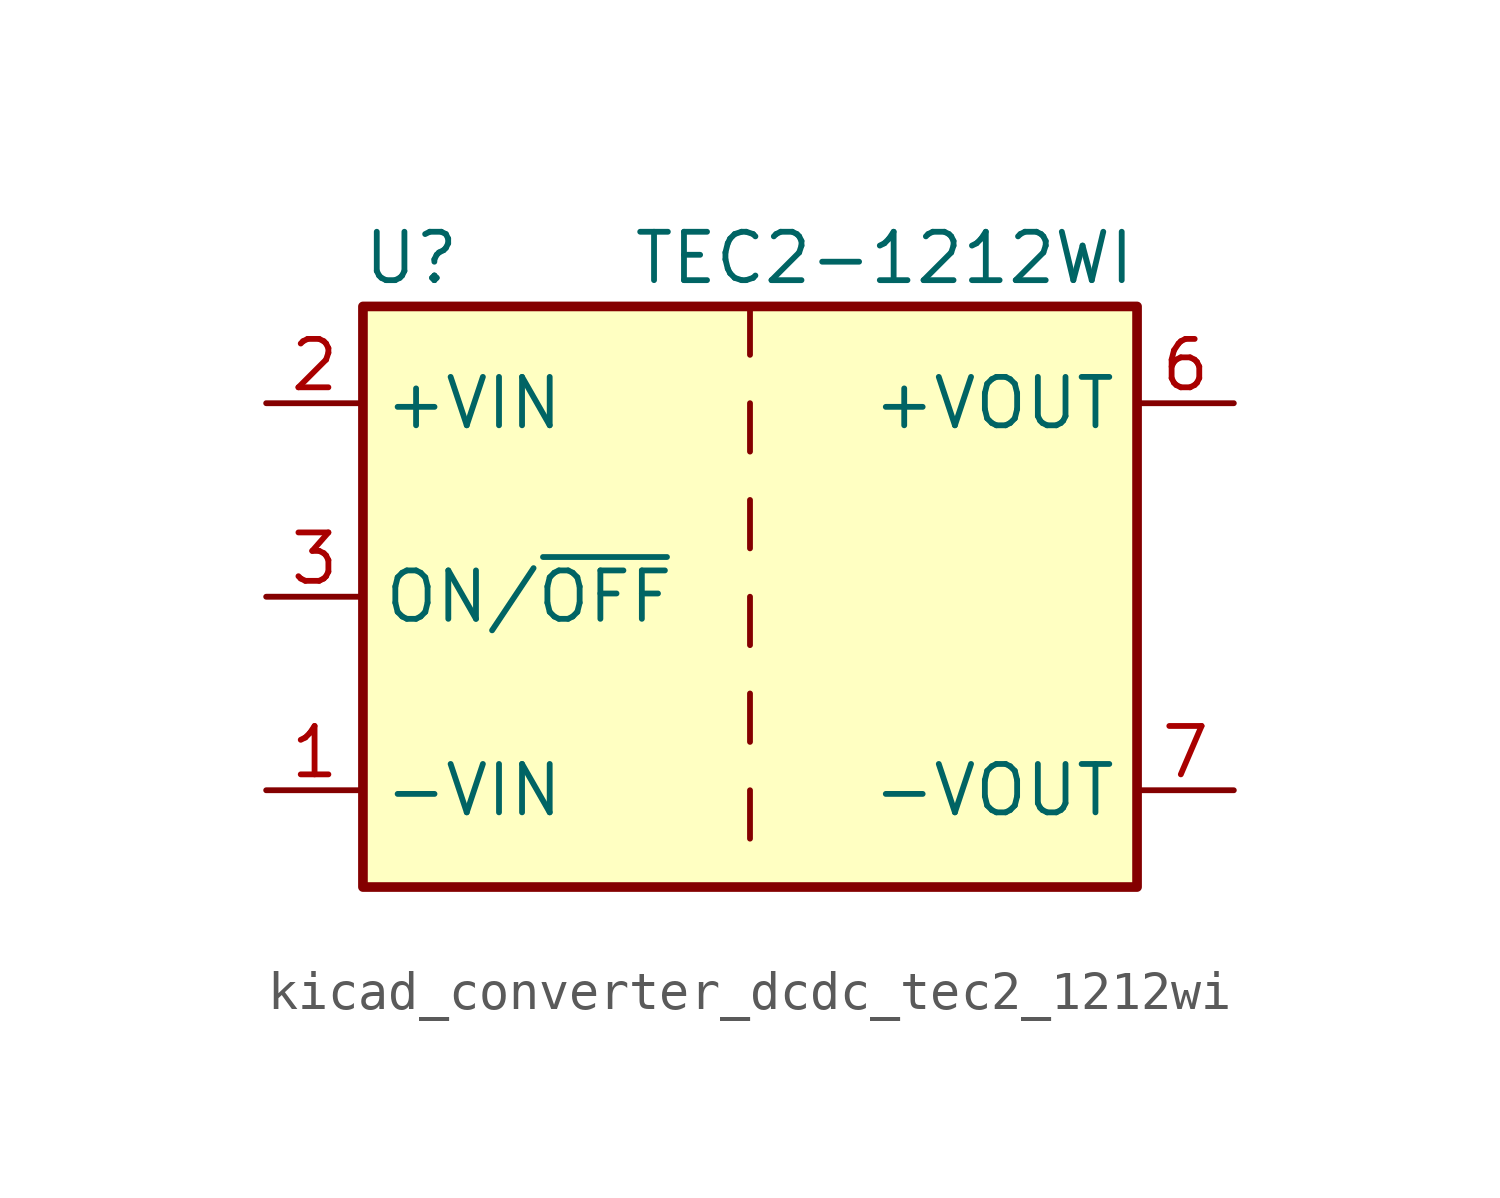
<source format=kicad_sym>
(kicad_symbol_lib
  (version 20220914)
  (generator kicad_symbol_editor)
  (symbol "kicad_converter_dcdc_tec2_1212wi"
    (property "Reference" "U"
      (at -8.89 8.89 0)
      (effects (font (size 1.27 1.27))))
    (property "Value" "TEC2-1212WI"
      (at 10.16 8.89 0)
      (effects (font (size 1.27 1.27)) (justify right)))
    (symbol "kicad_converter_dcdc_tec2_1212wi_0_1"
      (rectangle (start -10.16 7.62) (end 10.16 -7.62) (stroke (width 0.254) (type default)) (fill (type background)))
      (polyline (pts (xy 0 -5.08) (xy 0 -6.35)) (stroke (width 0) (type default)) (fill (type none)))
      (polyline (pts (xy 0 -2.54) (xy 0 -3.81)) (stroke (width 0) (type default)) (fill (type none)))
      (polyline (pts (xy 0 0) (xy 0 -1.27)) (stroke (width 0) (type default)) (fill (type none)))
      (polyline (pts (xy 0 2.54) (xy 0 1.27)) (stroke (width 0) (type default)) (fill (type none)))
      (polyline (pts (xy 0 5.08) (xy 0 3.81)) (stroke (width 0) (type default)) (fill (type none)))
      (polyline (pts (xy 0 7.62) (xy 0 6.35)) (stroke (width 0) (type default)) (fill (type none))))
    (symbol "kicad_converter_dcdc_tec2_1212wi_1_1"
      (pin power_in line (at -12.7 -5.08 0) (length 2.54) (name "-VIN" (effects (font (size 1.27 1.27)))) (number "1" (effects (font (size 1.27 1.27)))))
      (pin power_in line (at -12.7 5.08 0) (length 2.54) (name "+VIN" (effects (font (size 1.27 1.27)))) (number "2" (effects (font (size 1.27 1.27)))))
      (pin input line (at -12.7 0 0) (length 2.54) (name "ON/~{OFF}" (effects (font (size 1.27 1.27)))) (number "3" (effects (font (size 1.27 1.27)))))
      (pin no_connect line (at 10.16 2.54 180) (length 2.54) hide (name "NC" (effects (font (size 1.27 1.27)))) (number "5" (effects (font (size 1.27 1.27)))))
      (pin power_out line (at 12.7 5.08 180) (length 2.54) (name "+VOUT" (effects (font (size 1.27 1.27)))) (number "6" (effects (font (size 1.27 1.27)))))
      (pin power_out line (at 12.7 -5.08 180) (length 2.54) (name "-VOUT" (effects (font (size 1.27 1.27)))) (number "7" (effects (font (size 1.27 1.27)))))
      (pin no_connect line (at 10.16 0 180) (length 2.54) hide (name "NC" (effects (font (size 1.27 1.27)))) (number "8" (effects (font (size 1.27 1.27))))))))
</source>
